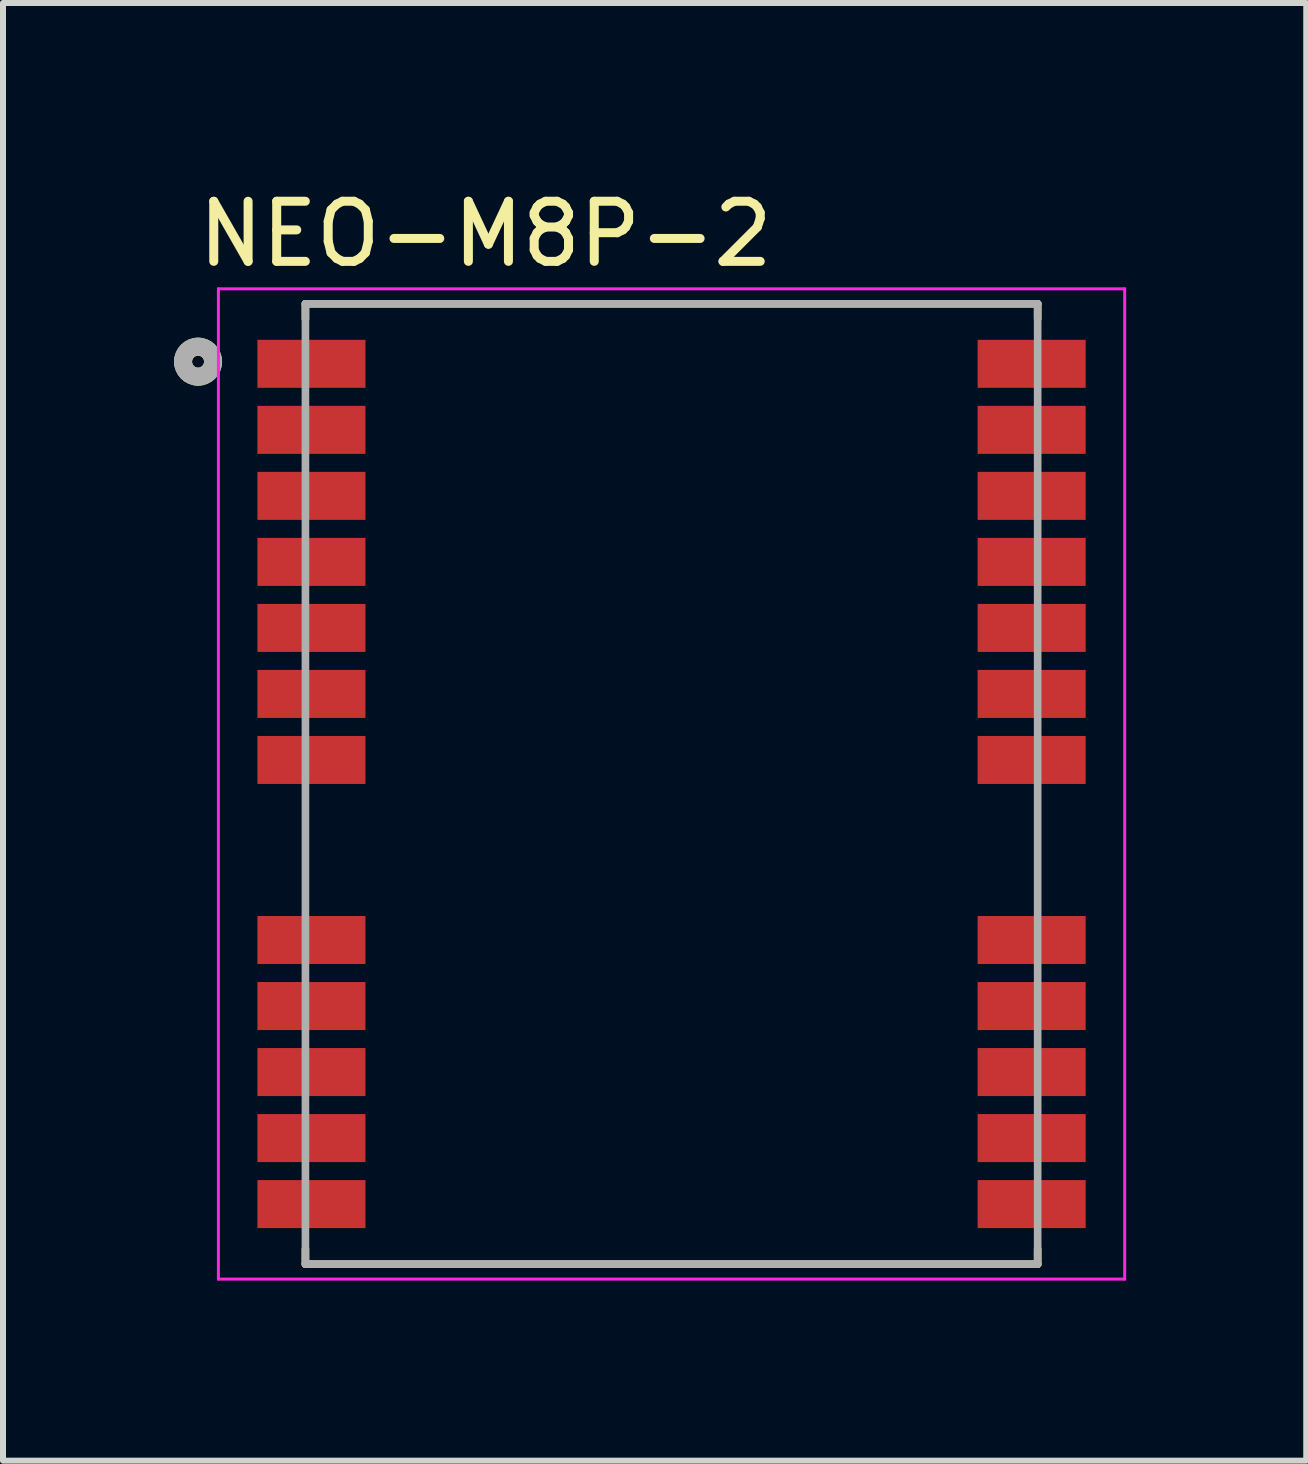
<source format=kicad_pcb>
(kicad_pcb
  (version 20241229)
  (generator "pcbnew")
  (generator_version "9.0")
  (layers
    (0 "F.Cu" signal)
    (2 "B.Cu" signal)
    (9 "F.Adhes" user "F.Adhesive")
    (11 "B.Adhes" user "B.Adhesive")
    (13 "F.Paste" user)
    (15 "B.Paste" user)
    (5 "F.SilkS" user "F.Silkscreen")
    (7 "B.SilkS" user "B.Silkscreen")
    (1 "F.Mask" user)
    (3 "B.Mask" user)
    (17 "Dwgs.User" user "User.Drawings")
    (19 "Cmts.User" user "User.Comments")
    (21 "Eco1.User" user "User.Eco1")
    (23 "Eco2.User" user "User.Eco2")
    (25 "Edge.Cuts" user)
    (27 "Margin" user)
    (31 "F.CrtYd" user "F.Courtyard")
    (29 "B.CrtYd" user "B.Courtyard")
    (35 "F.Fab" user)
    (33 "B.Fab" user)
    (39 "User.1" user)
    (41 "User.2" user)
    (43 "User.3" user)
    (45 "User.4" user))
  (footprint "NEO-M8P-2"
    (layer "F.Cu")
    (at 8.139 10.012)
    (property "Reference" "NEO-M8P-2" (at -3.099 -9.163 0) (layer "F.SilkS") (effects (font (size 1.001 1.001) (thickness 0.15))))
    (attr through_hole)
    (fp_poly (pts (xy -6.9 -7.4) (xy -5.1 -7.4) (xy -5.1 -6.6) (xy -6.9 -6.6)) (stroke (width 0.01) (type solid)) (fill yes) (layer "F.Mask"))
    (fp_poly (pts (xy -6.9 -6.3) (xy -5.1 -6.3) (xy -5.1 -5.5) (xy -6.9 -5.5)) (stroke (width 0.01) (type solid)) (fill yes) (layer "F.Mask"))
    (fp_poly (pts (xy -6.9 -5.2) (xy -5.1 -5.2) (xy -5.1 -4.4) (xy -6.9 -4.4)) (stroke (width 0.01) (type solid)) (fill yes) (layer "F.Mask"))
    (fp_poly (pts (xy -6.9 -4.1) (xy -5.1 -4.1) (xy -5.1 -3.3) (xy -6.9 -3.3)) (stroke (width 0.01) (type solid)) (fill yes) (layer "F.Mask"))
    (fp_poly (pts (xy -6.9 -3) (xy -5.1 -3) (xy -5.1 -2.2) (xy -6.9 -2.2)) (stroke (width 0.01) (type solid)) (fill yes) (layer "F.Mask"))
    (fp_poly (pts (xy -6.9 -1.9) (xy -5.1 -1.9) (xy -5.1 -1.1) (xy -6.9 -1.1)) (stroke (width 0.01) (type solid)) (fill yes) (layer "F.Mask"))
    (fp_poly (pts (xy -6.9 -0.8) (xy -5.1 -0.8) (xy -5.1 0) (xy -6.9 0)) (stroke (width 0.01) (type solid)) (fill yes) (layer "F.Mask"))
    (fp_poly (pts (xy -6.9 2.2) (xy -5.1 2.2) (xy -5.1 3) (xy -6.9 3)) (stroke (width 0.01) (type solid)) (fill yes) (layer "F.Mask"))
    (fp_poly (pts (xy -6.9 3.3) (xy -5.1 3.3) (xy -5.1 4.1) (xy -6.9 4.1)) (stroke (width 0.01) (type solid)) (fill yes) (layer "F.Mask"))
    (fp_poly (pts (xy -6.9 4.4) (xy -5.1 4.4) (xy -5.1 5.2) (xy -6.9 5.2)) (stroke (width 0.01) (type solid)) (fill yes) (layer "F.Mask"))
    (fp_poly (pts (xy -6.9 5.5) (xy -5.1 5.5) (xy -5.1 6.3) (xy -6.9 6.3)) (stroke (width 0.01) (type solid)) (fill yes) (layer "F.Mask"))
    (fp_poly (pts (xy -6.9 6.6) (xy -5.1 6.6) (xy -5.1 7.4) (xy -6.9 7.4)) (stroke (width 0.01) (type solid)) (fill yes) (layer "F.Mask"))
    (fp_poly (pts (xy 5.1 -7.4) (xy 6.9 -7.4) (xy 6.9 -6.6) (xy 5.1 -6.6)) (stroke (width 0.01) (type solid)) (fill yes) (layer "F.Mask"))
    (fp_poly (pts (xy 5.1 -6.3) (xy 6.9 -6.3) (xy 6.9 -5.5) (xy 5.1 -5.5)) (stroke (width 0.01) (type solid)) (fill yes) (layer "F.Mask"))
    (fp_poly (pts (xy 5.1 -5.2) (xy 6.9 -5.2) (xy 6.9 -4.4) (xy 5.1 -4.4)) (stroke (width 0.01) (type solid)) (fill yes) (layer "F.Mask"))
    (fp_poly (pts (xy 5.1 -4.1) (xy 6.9 -4.1) (xy 6.9 -3.3) (xy 5.1 -3.3)) (stroke (width 0.01) (type solid)) (fill yes) (layer "F.Mask"))
    (fp_poly (pts (xy 5.1 -3) (xy 6.9 -3) (xy 6.9 -2.2) (xy 5.1 -2.2)) (stroke (width 0.01) (type solid)) (fill yes) (layer "F.Mask"))
    (fp_poly (pts (xy 5.1 -1.9) (xy 6.9 -1.9) (xy 6.9 -1.1) (xy 5.1 -1.1)) (stroke (width 0.01) (type solid)) (fill yes) (layer "F.Mask"))
    (fp_poly (pts (xy 5.1 -0.8) (xy 6.9 -0.8) (xy 6.9 0) (xy 5.1 0)) (stroke (width 0.01) (type solid)) (fill yes) (layer "F.Mask"))
    (fp_poly (pts (xy 5.1 2.2) (xy 6.9 2.2) (xy 6.9 3) (xy 5.1 3)) (stroke (width 0.01) (type solid)) (fill yes) (layer "F.Mask"))
    (fp_poly (pts (xy 5.1 3.3) (xy 6.9 3.3) (xy 6.9 4.1) (xy 5.1 4.1)) (stroke (width 0.01) (type solid)) (fill yes) (layer "F.Mask"))
    (fp_poly (pts (xy 5.1 4.4) (xy 6.9 4.4) (xy 6.9 5.2) (xy 5.1 5.2)) (stroke (width 0.01) (type solid)) (fill yes) (layer "F.Mask"))
    (fp_poly (pts (xy 5.1 5.5) (xy 6.9 5.5) (xy 6.9 6.3) (xy 5.1 6.3)) (stroke (width 0.01) (type solid)) (fill yes) (layer "F.Mask"))
    (fp_poly (pts (xy 5.1 6.6) (xy 6.9 6.6) (xy 6.9 7.4) (xy 5.1 7.4)) (stroke (width 0.01) (type solid)) (fill yes) (layer "F.Mask"))
    (fp_line (start -6.1 -8) (end 6.1 -8) (stroke (width 0.127) (type solid)) (layer "F.SilkS"))
    (fp_line (start -6.1 -7.75) (end -6.1 -8) (stroke (width 0.127) (type solid)) (layer "F.SilkS"))
    (fp_line (start -6.1 7.75) (end -6.1 8) (stroke (width 0.127) (type solid)) (layer "F.SilkS"))
    (fp_line (start -6.1 8) (end 6.1 8) (stroke (width 0.127) (type solid)) (layer "F.SilkS"))
    (fp_line (start 6.1 -8) (end 6.1 -7.75) (stroke (width 0.127) (type solid)) (layer "F.SilkS"))
    (fp_line (start 6.1 8) (end 6.1 7.75) (stroke (width 0.127) (type solid)) (layer "F.SilkS"))
    (fp_circle (center -7.889 -7.036) (end -7.789 -7.036) (stroke (width 0.3) (type solid)) (fill no) (layer "F.SilkS"))
    (fp_poly (pts (xy -7.3 -7.4) (xy -6.1 -7.4) (xy -6.1 -6.6) (xy -7.3 -6.6)) (stroke (width 0.0001) (type solid)) (fill yes) (layer "F.Paste"))
    (fp_poly (pts (xy -7.3 -6.3) (xy -6.1 -6.3) (xy -6.1 -5.5) (xy -7.3 -5.5)) (stroke (width 0.0001) (type solid)) (fill yes) (layer "F.Paste"))
    (fp_poly (pts (xy -7.3 -5.2) (xy -6.1 -5.2) (xy -6.1 -4.4) (xy -7.3 -4.4)) (stroke (width 0.0001) (type solid)) (fill yes) (layer "F.Paste"))
    (fp_poly (pts (xy -7.3 -4.1) (xy -6.1 -4.1) (xy -6.1 -3.3) (xy -7.3 -3.3)) (stroke (width 0.0001) (type solid)) (fill yes) (layer "F.Paste"))
    (fp_poly (pts (xy -7.3 -3) (xy -6.1 -3) (xy -6.1 -2.2) (xy -7.3 -2.2)) (stroke (width 0.0001) (type solid)) (fill yes) (layer "F.Paste"))
    (fp_poly (pts (xy -7.3 -1.9) (xy -6.1 -1.9) (xy -6.1 -1.1) (xy -7.3 -1.1)) (stroke (width 0.0001) (type solid)) (fill yes) (layer "F.Paste"))
    (fp_poly (pts (xy -7.3 -0.8) (xy -6.1 -0.8) (xy -6.1 0) (xy -7.3 0)) (stroke (width 0.0001) (type solid)) (fill yes) (layer "F.Paste"))
    (fp_poly (pts (xy -7.3 2.2) (xy -6.1 2.2) (xy -6.1 3) (xy -7.3 3)) (stroke (width 0.0001) (type solid)) (fill yes) (layer "F.Paste"))
    (fp_poly (pts (xy -7.3 3.3) (xy -6.1 3.3) (xy -6.1 4.1) (xy -7.3 4.1)) (stroke (width 0.0001) (type solid)) (fill yes) (layer "F.Paste"))
    (fp_poly (pts (xy -7.3 4.4) (xy -6.1 4.4) (xy -6.1 5.2) (xy -7.3 5.2)) (stroke (width 0.0001) (type solid)) (fill yes) (layer "F.Paste"))
    (fp_poly (pts (xy -7.3 5.5) (xy -6.1 5.5) (xy -6.1 6.3) (xy -7.3 6.3)) (stroke (width 0.0001) (type solid)) (fill yes) (layer "F.Paste"))
    (fp_poly (pts (xy -7.3 6.6) (xy -6.1 6.6) (xy -6.1 7.4) (xy -7.3 7.4)) (stroke (width 0.0001) (type solid)) (fill yes) (layer "F.Paste"))
    (fp_poly (pts (xy -6.1 -7.3) (xy -5.2 -7.3) (xy -5.2 -6.7) (xy -6.1 -6.7)) (stroke (width 0.0001) (type solid)) (fill yes) (layer "F.Paste"))
    (fp_poly (pts (xy -6.1 -6.2) (xy -5.2 -6.2) (xy -5.2 -5.6) (xy -6.1 -5.6)) (stroke (width 0.0001) (type solid)) (fill yes) (layer "F.Paste"))
    (fp_poly (pts (xy -6.1 -5.1) (xy -5.2 -5.1) (xy -5.2 -4.5) (xy -6.1 -4.5)) (stroke (width 0.0001) (type solid)) (fill yes) (layer "F.Paste"))
    (fp_poly (pts (xy -6.1 -4) (xy -5.2 -4) (xy -5.2 -3.4) (xy -6.1 -3.4)) (stroke (width 0.0001) (type solid)) (fill yes) (layer "F.Paste"))
    (fp_poly (pts (xy -6.1 -2.9) (xy -5.2 -2.9) (xy -5.2 -2.3) (xy -6.1 -2.3)) (stroke (width 0.0001) (type solid)) (fill yes) (layer "F.Paste"))
    (fp_poly (pts (xy -6.1 -1.8) (xy -5.2 -1.8) (xy -5.2 -1.2) (xy -6.1 -1.2)) (stroke (width 0.0001) (type solid)) (fill yes) (layer "F.Paste"))
    (fp_poly (pts (xy -6.1 -0.7) (xy -5.2 -0.7) (xy -5.2 -0.1) (xy -6.1 -0.1)) (stroke (width 0.0001) (type solid)) (fill yes) (layer "F.Paste"))
    (fp_poly (pts (xy -6.1 2.3) (xy -5.2 2.3) (xy -5.2 2.9) (xy -6.1 2.9)) (stroke (width 0.0001) (type solid)) (fill yes) (layer "F.Paste"))
    (fp_poly (pts (xy -6.1 3.4) (xy -5.2 3.4) (xy -5.2 4) (xy -6.1 4)) (stroke (width 0.0001) (type solid)) (fill yes) (layer "F.Paste"))
    (fp_poly (pts (xy -6.1 4.5) (xy -5.2 4.5) (xy -5.2 5.1) (xy -6.1 5.1)) (stroke (width 0.0001) (type solid)) (fill yes) (layer "F.Paste"))
    (fp_poly (pts (xy -6.1 5.6) (xy -5.2 5.6) (xy -5.2 6.2) (xy -6.1 6.2)) (stroke (width 0.0001) (type solid)) (fill yes) (layer "F.Paste"))
    (fp_poly (pts (xy -6.1 6.7) (xy -5.2 6.7) (xy -5.2 7.3) (xy -6.1 7.3)) (stroke (width 0.0001) (type solid)) (fill yes) (layer "F.Paste"))
    (fp_poly (pts (xy 6.1 -7.3) (xy 5.2 -7.3) (xy 5.2 -6.7) (xy 6.1 -6.7)) (stroke (width 0.0001) (type solid)) (fill yes) (layer "F.Paste"))
    (fp_poly (pts (xy 6.1 -6.2) (xy 5.2 -6.2) (xy 5.2 -5.6) (xy 6.1 -5.6)) (stroke (width 0.0001) (type solid)) (fill yes) (layer "F.Paste"))
    (fp_poly (pts (xy 6.1 -5.1) (xy 5.2 -5.1) (xy 5.2 -4.5) (xy 6.1 -4.5)) (stroke (width 0.0001) (type solid)) (fill yes) (layer "F.Paste"))
    (fp_poly (pts (xy 6.1 -4) (xy 5.2 -4) (xy 5.2 -3.4) (xy 6.1 -3.4)) (stroke (width 0.0001) (type solid)) (fill yes) (layer "F.Paste"))
    (fp_poly (pts (xy 6.1 -2.9) (xy 5.2 -2.9) (xy 5.2 -2.3) (xy 6.1 -2.3)) (stroke (width 0.0001) (type solid)) (fill yes) (layer "F.Paste"))
    (fp_poly (pts (xy 6.1 -1.8) (xy 5.2 -1.8) (xy 5.2 -1.2) (xy 6.1 -1.2)) (stroke (width 0.0001) (type solid)) (fill yes) (layer "F.Paste"))
    (fp_poly (pts (xy 6.1 -0.7) (xy 5.2 -0.7) (xy 5.2 -0.1) (xy 6.1 -0.1)) (stroke (width 0.0001) (type solid)) (fill yes) (layer "F.Paste"))
    (fp_poly (pts (xy 6.1 2.3) (xy 5.2 2.3) (xy 5.2 2.9) (xy 6.1 2.9)) (stroke (width 0.0001) (type solid)) (fill yes) (layer "F.Paste"))
    (fp_poly (pts (xy 6.1 3.4) (xy 5.2 3.4) (xy 5.2 4) (xy 6.1 4)) (stroke (width 0.0001) (type solid)) (fill yes) (layer "F.Paste"))
    (fp_poly (pts (xy 6.1 4.5) (xy 5.2 4.5) (xy 5.2 5.1) (xy 6.1 5.1)) (stroke (width 0.0001) (type solid)) (fill yes) (layer "F.Paste"))
    (fp_poly (pts (xy 6.1 5.6) (xy 5.2 5.6) (xy 5.2 6.2) (xy 6.1 6.2)) (stroke (width 0.0001) (type solid)) (fill yes) (layer "F.Paste"))
    (fp_poly (pts (xy 6.1 6.7) (xy 5.2 6.7) (xy 5.2 7.3) (xy 6.1 7.3)) (stroke (width 0.0001) (type solid)) (fill yes) (layer "F.Paste"))
    (fp_poly (pts (xy 7.3 -7.4) (xy 6.1 -7.4) (xy 6.1 -6.6) (xy 7.3 -6.6)) (stroke (width 0.0001) (type solid)) (fill yes) (layer "F.Paste"))
    (fp_poly (pts (xy 7.3 -6.3) (xy 6.1 -6.3) (xy 6.1 -5.5) (xy 7.3 -5.5)) (stroke (width 0.0001) (type solid)) (fill yes) (layer "F.Paste"))
    (fp_poly (pts (xy 7.3 -5.2) (xy 6.1 -5.2) (xy 6.1 -4.4) (xy 7.3 -4.4)) (stroke (width 0.0001) (type solid)) (fill yes) (layer "F.Paste"))
    (fp_poly (pts (xy 7.3 -4.1) (xy 6.1 -4.1) (xy 6.1 -3.3) (xy 7.3 -3.3)) (stroke (width 0.0001) (type solid)) (fill yes) (layer "F.Paste"))
    (fp_poly (pts (xy 7.3 -3) (xy 6.1 -3) (xy 6.1 -2.2) (xy 7.3 -2.2)) (stroke (width 0.0001) (type solid)) (fill yes) (layer "F.Paste"))
    (fp_poly (pts (xy 7.3 -1.9) (xy 6.1 -1.9) (xy 6.1 -1.1) (xy 7.3 -1.1)) (stroke (width 0.0001) (type solid)) (fill yes) (layer "F.Paste"))
    (fp_poly (pts (xy 7.3 -0.8) (xy 6.1 -0.8) (xy 6.1 0) (xy 7.3 0)) (stroke (width 0.0001) (type solid)) (fill yes) (layer "F.Paste"))
    (fp_poly (pts (xy 7.3 2.2) (xy 6.1 2.2) (xy 6.1 3) (xy 7.3 3)) (stroke (width 0.0001) (type solid)) (fill yes) (layer "F.Paste"))
    (fp_poly (pts (xy 7.3 3.3) (xy 6.1 3.3) (xy 6.1 4.1) (xy 7.3 4.1)) (stroke (width 0.0001) (type solid)) (fill yes) (layer "F.Paste"))
    (fp_poly (pts (xy 7.3 4.4) (xy 6.1 4.4) (xy 6.1 5.2) (xy 7.3 5.2)) (stroke (width 0.0001) (type solid)) (fill yes) (layer "F.Paste"))
    (fp_poly (pts (xy 7.3 5.5) (xy 6.1 5.5) (xy 6.1 6.3) (xy 7.3 6.3)) (stroke (width 0.0001) (type solid)) (fill yes) (layer "F.Paste"))
    (fp_poly (pts (xy 7.3 6.6) (xy 6.1 6.6) (xy 6.1 7.4) (xy 7.3 7.4)) (stroke (width 0.0001) (type solid)) (fill yes) (layer "F.Paste"))
    (fp_line (start -7.55 -8.25) (end 7.55 -8.25) (stroke (width 0.05) (type solid)) (layer "F.CrtYd"))
    (fp_line (start -7.55 8.25) (end -7.55 -8.25) (stroke (width 0.05) (type solid)) (layer "F.CrtYd"))
    (fp_line (start 7.55 -8.25) (end 7.55 8.25) (stroke (width 0.05) (type solid)) (layer "F.CrtYd"))
    (fp_line (start 7.55 8.25) (end -7.55 8.25) (stroke (width 0.05) (type solid)) (layer "F.CrtYd"))
    (fp_line (start -6.1 -8) (end 6.1 -8) (stroke (width 0.127) (type solid)) (layer "F.Fab"))
    (fp_line (start -6.1 8) (end -6.1 -8) (stroke (width 0.127) (type solid)) (layer "F.Fab"))
    (fp_line (start 6.1 -8) (end 6.1 8) (stroke (width 0.127) (type solid)) (layer "F.Fab"))
    (fp_line (start 6.1 8) (end -6.1 8) (stroke (width 0.127) (type solid)) (layer "F.Fab"))
    (fp_circle (center -7.889 -7.036) (end -7.789 -7.036) (stroke (width 0.3) (type solid)) (fill no) (layer "F.Fab"))
    (pad "1" smd rect (at -6 -7 180) (size 1.8 0.8) (layers "F.Cu"))
    (pad "2" smd rect (at -6 -5.9 180) (size 1.8 0.8) (layers "F.Cu"))
    (pad "3" smd rect (at -6 -4.8 180) (size 1.8 0.8) (layers "F.Cu"))
    (pad "4" smd rect (at -6 -3.7 180) (size 1.8 0.8) (layers "F.Cu"))
    (pad "5" smd rect (at -6 -2.6 180) (size 1.8 0.8) (layers "F.Cu"))
    (pad "6" smd rect (at -6 -1.5 180) (size 1.8 0.8) (layers "F.Cu"))
    (pad "7" smd rect (at -6 -0.4 180) (size 1.8 0.8) (layers "F.Cu"))
    (pad "8" smd rect (at -6 2.6 180) (size 1.8 0.8) (layers "F.Cu"))
    (pad "9" smd rect (at -6 3.7 180) (size 1.8 0.8) (layers "F.Cu"))
    (pad "10" smd rect (at -6 4.8 180) (size 1.8 0.8) (layers "F.Cu"))
    (pad "11" smd rect (at -6 5.9 180) (size 1.8 0.8) (layers "F.Cu"))
    (pad "12" smd rect (at -6 7 180) (size 1.8 0.8) (layers "F.Cu"))
    (pad "13" smd rect (at 6 7 180) (size 1.8 0.8) (layers "F.Cu"))
    (pad "14" smd rect (at 6 5.9 180) (size 1.8 0.8) (layers "F.Cu"))
    (pad "15" smd rect (at 6 4.8 180) (size 1.8 0.8) (layers "F.Cu"))
    (pad "16" smd rect (at 6 3.7 180) (size 1.8 0.8) (layers "F.Cu"))
    (pad "17" smd rect (at 6 2.6 180) (size 1.8 0.8) (layers "F.Cu"))
    (pad "18" smd rect (at 6 -0.4 180) (size 1.8 0.8) (layers "F.Cu"))
    (pad "19" smd rect (at 6 -1.5 180) (size 1.8 0.8) (layers "F.Cu"))
    (pad "20" smd rect (at 6 -2.6 180) (size 1.8 0.8) (layers "F.Cu"))
    (pad "21" smd rect (at 6 -3.7 180) (size 1.8 0.8) (layers "F.Cu"))
    (pad "22" smd rect (at 6 -4.8 180) (size 1.8 0.8) (layers "F.Cu"))
    (pad "23" smd rect (at 6 -5.9 180) (size 1.8 0.8) (layers "F.Cu"))
    (pad "24" smd rect (at 6 -7 180) (size 1.8 0.8) (layers "F.Cu")))
  (gr_rect
    (start -3 -3)
    (end 18.714 21.287)
    (stroke (width 0.1) (type default))
    (fill no)
    (layer "Edge.Cuts")))
</source>
